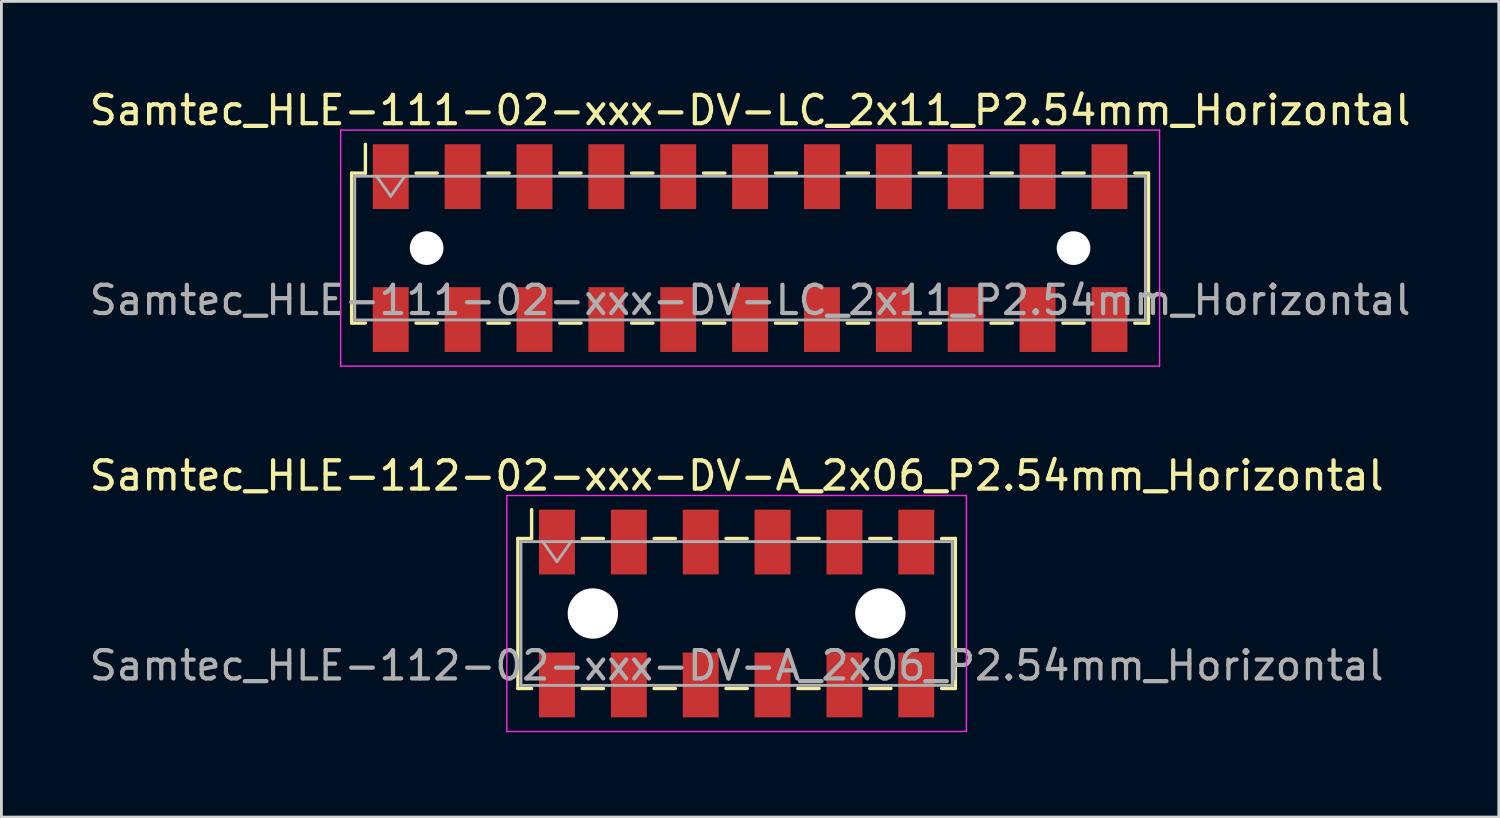
<source format=kicad_pcb>
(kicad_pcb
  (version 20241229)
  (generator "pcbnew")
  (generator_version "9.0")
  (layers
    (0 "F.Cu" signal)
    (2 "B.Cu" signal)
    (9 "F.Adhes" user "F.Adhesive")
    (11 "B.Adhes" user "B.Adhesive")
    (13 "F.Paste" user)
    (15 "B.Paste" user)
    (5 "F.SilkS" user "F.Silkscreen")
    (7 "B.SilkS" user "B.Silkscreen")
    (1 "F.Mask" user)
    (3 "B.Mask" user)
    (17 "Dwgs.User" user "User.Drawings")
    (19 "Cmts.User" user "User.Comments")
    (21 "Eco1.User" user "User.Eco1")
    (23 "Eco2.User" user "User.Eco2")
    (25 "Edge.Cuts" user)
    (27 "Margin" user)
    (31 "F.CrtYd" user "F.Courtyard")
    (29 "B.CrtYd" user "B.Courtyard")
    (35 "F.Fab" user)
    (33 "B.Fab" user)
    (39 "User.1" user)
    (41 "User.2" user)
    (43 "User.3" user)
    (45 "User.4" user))
  (footprint "Samtec_HLE-112-02-xxx-DV-A_2x06_P2.54mm_Horizontal"
    (layer "F.Cu")
    (at 22.982 18.631)
    (property "Reference" "Samtec_HLE-112-02-xxx-DV-A_2x06_P2.54mm_Horizontal" (at 0 -4.87 0) (layer "F.SilkS") (effects (font (size 1 1) (thickness 0.15))))
    (attr smd)
    (fp_line (start -7.73 -2.65) (end -7.73 2.65) (stroke (width 0.12) (type solid)) (layer "F.SilkS"))
    (fp_line (start -7.73 2.65) (end -7.245 2.65) (stroke (width 0.12) (type solid)) (layer "F.SilkS"))
    (fp_line (start -7.245 -3.67) (end -7.245 -2.65) (stroke (width 0.12) (type solid)) (layer "F.SilkS"))
    (fp_line (start -7.245 -2.65) (end -7.73 -2.65) (stroke (width 0.12) (type solid)) (layer "F.SilkS"))
    (fp_line (start -5.455 -2.65) (end -4.705 -2.65) (stroke (width 0.12) (type solid)) (layer "F.SilkS"))
    (fp_line (start -5.455 2.65) (end -4.705 2.65) (stroke (width 0.12) (type solid)) (layer "F.SilkS"))
    (fp_line (start -2.915 -2.65) (end -2.165 -2.65) (stroke (width 0.12) (type solid)) (layer "F.SilkS"))
    (fp_line (start -2.915 2.65) (end -2.165 2.65) (stroke (width 0.12) (type solid)) (layer "F.SilkS"))
    (fp_line (start -0.375 -2.65) (end 0.375 -2.65) (stroke (width 0.12) (type solid)) (layer "F.SilkS"))
    (fp_line (start -0.375 2.65) (end 0.375 2.65) (stroke (width 0.12) (type solid)) (layer "F.SilkS"))
    (fp_line (start 2.165 -2.65) (end 2.915 -2.65) (stroke (width 0.12) (type solid)) (layer "F.SilkS"))
    (fp_line (start 2.165 2.65) (end 2.915 2.65) (stroke (width 0.12) (type solid)) (layer "F.SilkS"))
    (fp_line (start 4.705 -2.65) (end 5.455 -2.65) (stroke (width 0.12) (type solid)) (layer "F.SilkS"))
    (fp_line (start 4.705 2.65) (end 5.455 2.65) (stroke (width 0.12) (type solid)) (layer "F.SilkS"))
    (fp_line (start 7.245 -2.65) (end 7.73 -2.65) (stroke (width 0.12) (type solid)) (layer "F.SilkS"))
    (fp_line (start 7.73 -2.65) (end 7.73 2.65) (stroke (width 0.12) (type solid)) (layer "F.SilkS"))
    (fp_line (start 7.73 2.65) (end 7.245 2.65) (stroke (width 0.12) (type solid)) (layer "F.SilkS"))
    (fp_line (start -8.12 -4.17) (end 8.12 -4.17) (stroke (width 0.05) (type solid)) (layer "F.CrtYd"))
    (fp_line (start -8.12 4.17) (end -8.12 -4.17) (stroke (width 0.05) (type solid)) (layer "F.CrtYd"))
    (fp_line (start 8.12 -4.17) (end 8.12 4.17) (stroke (width 0.05) (type solid)) (layer "F.CrtYd"))
    (fp_line (start 8.12 4.17) (end -8.12 4.17) (stroke (width 0.05) (type solid)) (layer "F.CrtYd"))
    (fp_line (start -7.62 -2.54) (end 7.62 -2.54) (stroke (width 0.1) (type solid)) (layer "F.Fab"))
    (fp_line (start -7.62 2.54) (end -7.62 -2.54) (stroke (width 0.1) (type solid)) (layer "F.Fab"))
    (fp_line (start -6.85 -2.54) (end -6.35 -1.833) (stroke (width 0.1) (type solid)) (layer "F.Fab"))
    (fp_line (start -6.35 -1.833) (end -5.85 -2.54) (stroke (width 0.1) (type solid)) (layer "F.Fab"))
    (fp_line (start 7.62 -2.54) (end 7.62 2.54) (stroke (width 0.1) (type solid)) (layer "F.Fab"))
    (fp_line (start 7.62 2.54) (end -7.62 2.54) (stroke (width 0.1) (type solid)) (layer "F.Fab"))
    (fp_text user "${REFERENCE}" (at 0 1.84 0) (layer "F.Fab") (effects (font (size 1 1) (thickness 0.15))))
    (pad "" np_thru_hole circle (at -5.08 0) (size 1.78 1.78) (drill 1.78) (layers "*.Cu" "*.Mask"))
    (pad "" np_thru_hole circle (at 5.08 0) (size 1.78 1.78) (drill 1.78) (layers "*.Cu" "*.Mask"))
    (pad "1" smd rect (at -6.35 -2.525) (size 1.27 2.29) (layers "F.Cu" "F.Mask" "F.Paste"))
    (pad "2" smd rect (at -6.35 2.525) (size 1.27 2.29) (layers "F.Cu" "F.Mask" "F.Paste"))
    (pad "3" smd rect (at -3.81 -2.525) (size 1.27 2.29) (layers "F.Cu" "F.Mask" "F.Paste"))
    (pad "4" smd rect (at -3.81 2.525) (size 1.27 2.29) (layers "F.Cu" "F.Mask" "F.Paste"))
    (pad "5" smd rect (at -1.27 -2.525) (size 1.27 2.29) (layers "F.Cu" "F.Mask" "F.Paste"))
    (pad "6" smd rect (at -1.27 2.525) (size 1.27 2.29) (layers "F.Cu" "F.Mask" "F.Paste"))
    (pad "7" smd rect (at 1.27 -2.525) (size 1.27 2.29) (layers "F.Cu" "F.Mask" "F.Paste"))
    (pad "8" smd rect (at 1.27 2.525) (size 1.27 2.29) (layers "F.Cu" "F.Mask" "F.Paste"))
    (pad "9" smd rect (at 3.81 -2.525) (size 1.27 2.29) (layers "F.Cu" "F.Mask" "F.Paste"))
    (pad "10" smd rect (at 3.81 2.525) (size 1.27 2.29) (layers "F.Cu" "F.Mask" "F.Paste"))
    (pad "11" smd rect (at 6.35 -2.525) (size 1.27 2.29) (layers "F.Cu" "F.Mask" "F.Paste"))
    (pad "12" smd rect (at 6.35 2.525) (size 1.27 2.29) (layers "F.Cu" "F.Mask" "F.Paste")))
  (footprint "Samtec_HLE-111-02-xxx-DV-LC_2x11_P2.54mm_Horizontal"
    (layer "F.Cu")
    (at 23.458 5.718)
    (property "Reference" "Samtec_HLE-111-02-xxx-DV-LC_2x11_P2.54mm_Horizontal" (at 0 -4.87 0) (layer "F.SilkS") (effects (font (size 1 1) (thickness 0.15))))
    (attr smd)
    (fp_line (start -14.08 -2.65) (end -14.08 2.65) (stroke (width 0.12) (type solid)) (layer "F.SilkS"))
    (fp_line (start -14.08 2.65) (end -13.595 2.65) (stroke (width 0.12) (type solid)) (layer "F.SilkS"))
    (fp_line (start -13.595 -3.67) (end -13.595 -2.65) (stroke (width 0.12) (type solid)) (layer "F.SilkS"))
    (fp_line (start -13.595 -2.65) (end -14.08 -2.65) (stroke (width 0.12) (type solid)) (layer "F.SilkS"))
    (fp_line (start -11.805 -2.65) (end -11.055 -2.65) (stroke (width 0.12) (type solid)) (layer "F.SilkS"))
    (fp_line (start -11.805 2.65) (end -11.055 2.65) (stroke (width 0.12) (type solid)) (layer "F.SilkS"))
    (fp_line (start -9.265 -2.65) (end -8.515 -2.65) (stroke (width 0.12) (type solid)) (layer "F.SilkS"))
    (fp_line (start -9.265 2.65) (end -8.515 2.65) (stroke (width 0.12) (type solid)) (layer "F.SilkS"))
    (fp_line (start -6.725 -2.65) (end -5.975 -2.65) (stroke (width 0.12) (type solid)) (layer "F.SilkS"))
    (fp_line (start -6.725 2.65) (end -5.975 2.65) (stroke (width 0.12) (type solid)) (layer "F.SilkS"))
    (fp_line (start -4.185 -2.65) (end -3.435 -2.65) (stroke (width 0.12) (type solid)) (layer "F.SilkS"))
    (fp_line (start -4.185 2.65) (end -3.435 2.65) (stroke (width 0.12) (type solid)) (layer "F.SilkS"))
    (fp_line (start -1.645 -2.65) (end -0.895 -2.65) (stroke (width 0.12) (type solid)) (layer "F.SilkS"))
    (fp_line (start -1.645 2.65) (end -0.895 2.65) (stroke (width 0.12) (type solid)) (layer "F.SilkS"))
    (fp_line (start 0.895 -2.65) (end 1.645 -2.65) (stroke (width 0.12) (type solid)) (layer "F.SilkS"))
    (fp_line (start 0.895 2.65) (end 1.645 2.65) (stroke (width 0.12) (type solid)) (layer "F.SilkS"))
    (fp_line (start 3.435 -2.65) (end 4.185 -2.65) (stroke (width 0.12) (type solid)) (layer "F.SilkS"))
    (fp_line (start 3.435 2.65) (end 4.185 2.65) (stroke (width 0.12) (type solid)) (layer "F.SilkS"))
    (fp_line (start 5.975 -2.65) (end 6.725 -2.65) (stroke (width 0.12) (type solid)) (layer "F.SilkS"))
    (fp_line (start 5.975 2.65) (end 6.725 2.65) (stroke (width 0.12) (type solid)) (layer "F.SilkS"))
    (fp_line (start 8.515 -2.65) (end 9.265 -2.65) (stroke (width 0.12) (type solid)) (layer "F.SilkS"))
    (fp_line (start 8.515 2.65) (end 9.265 2.65) (stroke (width 0.12) (type solid)) (layer "F.SilkS"))
    (fp_line (start 11.055 -2.65) (end 11.805 -2.65) (stroke (width 0.12) (type solid)) (layer "F.SilkS"))
    (fp_line (start 11.055 2.65) (end 11.805 2.65) (stroke (width 0.12) (type solid)) (layer "F.SilkS"))
    (fp_line (start 13.595 -2.65) (end 14.08 -2.65) (stroke (width 0.12) (type solid)) (layer "F.SilkS"))
    (fp_line (start 14.08 -2.65) (end 14.08 2.65) (stroke (width 0.12) (type solid)) (layer "F.SilkS"))
    (fp_line (start 14.08 2.65) (end 13.595 2.65) (stroke (width 0.12) (type solid)) (layer "F.SilkS"))
    (fp_line (start -14.47 -4.17) (end 14.47 -4.17) (stroke (width 0.05) (type solid)) (layer "F.CrtYd"))
    (fp_line (start -14.47 4.17) (end -14.47 -4.17) (stroke (width 0.05) (type solid)) (layer "F.CrtYd"))
    (fp_line (start 14.47 -4.17) (end 14.47 4.17) (stroke (width 0.05) (type solid)) (layer "F.CrtYd"))
    (fp_line (start 14.47 4.17) (end -14.47 4.17) (stroke (width 0.05) (type solid)) (layer "F.CrtYd"))
    (fp_line (start -13.97 -2.54) (end 13.97 -2.54) (stroke (width 0.1) (type solid)) (layer "F.Fab"))
    (fp_line (start -13.97 2.54) (end -13.97 -2.54) (stroke (width 0.1) (type solid)) (layer "F.Fab"))
    (fp_line (start -13.2 -2.54) (end -12.7 -1.833) (stroke (width 0.1) (type solid)) (layer "F.Fab"))
    (fp_line (start -12.7 -1.833) (end -12.2 -2.54) (stroke (width 0.1) (type solid)) (layer "F.Fab"))
    (fp_line (start 13.97 -2.54) (end 13.97 2.54) (stroke (width 0.1) (type solid)) (layer "F.Fab"))
    (fp_line (start 13.97 2.54) (end -13.97 2.54) (stroke (width 0.1) (type solid)) (layer "F.Fab"))
    (fp_text user "${REFERENCE}" (at 0 1.84 0) (layer "F.Fab") (effects (font (size 1 1) (thickness 0.15))))
    (pad "" np_thru_hole circle (at -11.43 0) (size 1.19 1.19) (drill 1.19) (layers "*.Cu" "*.Mask"))
    (pad "" np_thru_hole circle (at 11.43 0) (size 1.19 1.19) (drill 1.19) (layers "*.Cu" "*.Mask"))
    (pad "1" smd rect (at -12.7 -2.525) (size 1.27 2.29) (layers "F.Cu" "F.Mask" "F.Paste"))
    (pad "2" smd rect (at -12.7 2.525) (size 1.27 2.29) (layers "F.Cu" "F.Mask" "F.Paste"))
    (pad "3" smd rect (at -10.16 -2.525) (size 1.27 2.29) (layers "F.Cu" "F.Mask" "F.Paste"))
    (pad "4" smd rect (at -10.16 2.525) (size 1.27 2.29) (layers "F.Cu" "F.Mask" "F.Paste"))
    (pad "5" smd rect (at -7.62 -2.525) (size 1.27 2.29) (layers "F.Cu" "F.Mask" "F.Paste"))
    (pad "6" smd rect (at -7.62 2.525) (size 1.27 2.29) (layers "F.Cu" "F.Mask" "F.Paste"))
    (pad "7" smd rect (at -5.08 -2.525) (size 1.27 2.29) (layers "F.Cu" "F.Mask" "F.Paste"))
    (pad "8" smd rect (at -5.08 2.525) (size 1.27 2.29) (layers "F.Cu" "F.Mask" "F.Paste"))
    (pad "9" smd rect (at -2.54 -2.525) (size 1.27 2.29) (layers "F.Cu" "F.Mask" "F.Paste"))
    (pad "10" smd rect (at -2.54 2.525) (size 1.27 2.29) (layers "F.Cu" "F.Mask" "F.Paste"))
    (pad "11" smd rect (at 0 -2.525) (size 1.27 2.29) (layers "F.Cu" "F.Mask" "F.Paste"))
    (pad "12" smd rect (at 0 2.525) (size 1.27 2.29) (layers "F.Cu" "F.Mask" "F.Paste"))
    (pad "13" smd rect (at 2.54 -2.525) (size 1.27 2.29) (layers "F.Cu" "F.Mask" "F.Paste"))
    (pad "14" smd rect (at 2.54 2.525) (size 1.27 2.29) (layers "F.Cu" "F.Mask" "F.Paste"))
    (pad "15" smd rect (at 5.08 -2.525) (size 1.27 2.29) (layers "F.Cu" "F.Mask" "F.Paste"))
    (pad "16" smd rect (at 5.08 2.525) (size 1.27 2.29) (layers "F.Cu" "F.Mask" "F.Paste"))
    (pad "17" smd rect (at 7.62 -2.525) (size 1.27 2.29) (layers "F.Cu" "F.Mask" "F.Paste"))
    (pad "18" smd rect (at 7.62 2.525) (size 1.27 2.29) (layers "F.Cu" "F.Mask" "F.Paste"))
    (pad "19" smd rect (at 10.16 -2.525) (size 1.27 2.29) (layers "F.Cu" "F.Mask" "F.Paste"))
    (pad "20" smd rect (at 10.16 2.525) (size 1.27 2.29) (layers "F.Cu" "F.Mask" "F.Paste"))
    (pad "21" smd rect (at 12.7 -2.525) (size 1.27 2.29) (layers "F.Cu" "F.Mask" "F.Paste"))
    (pad "22" smd rect (at 12.7 2.525) (size 1.27 2.29) (layers "F.Cu" "F.Mask" "F.Paste")))
  (gr_rect
    (start -3 -3)
    (end 49.917 25.826)
    (stroke (width 0.1) (type default))
    (fill no)
    (layer "Edge.Cuts")))
</source>
